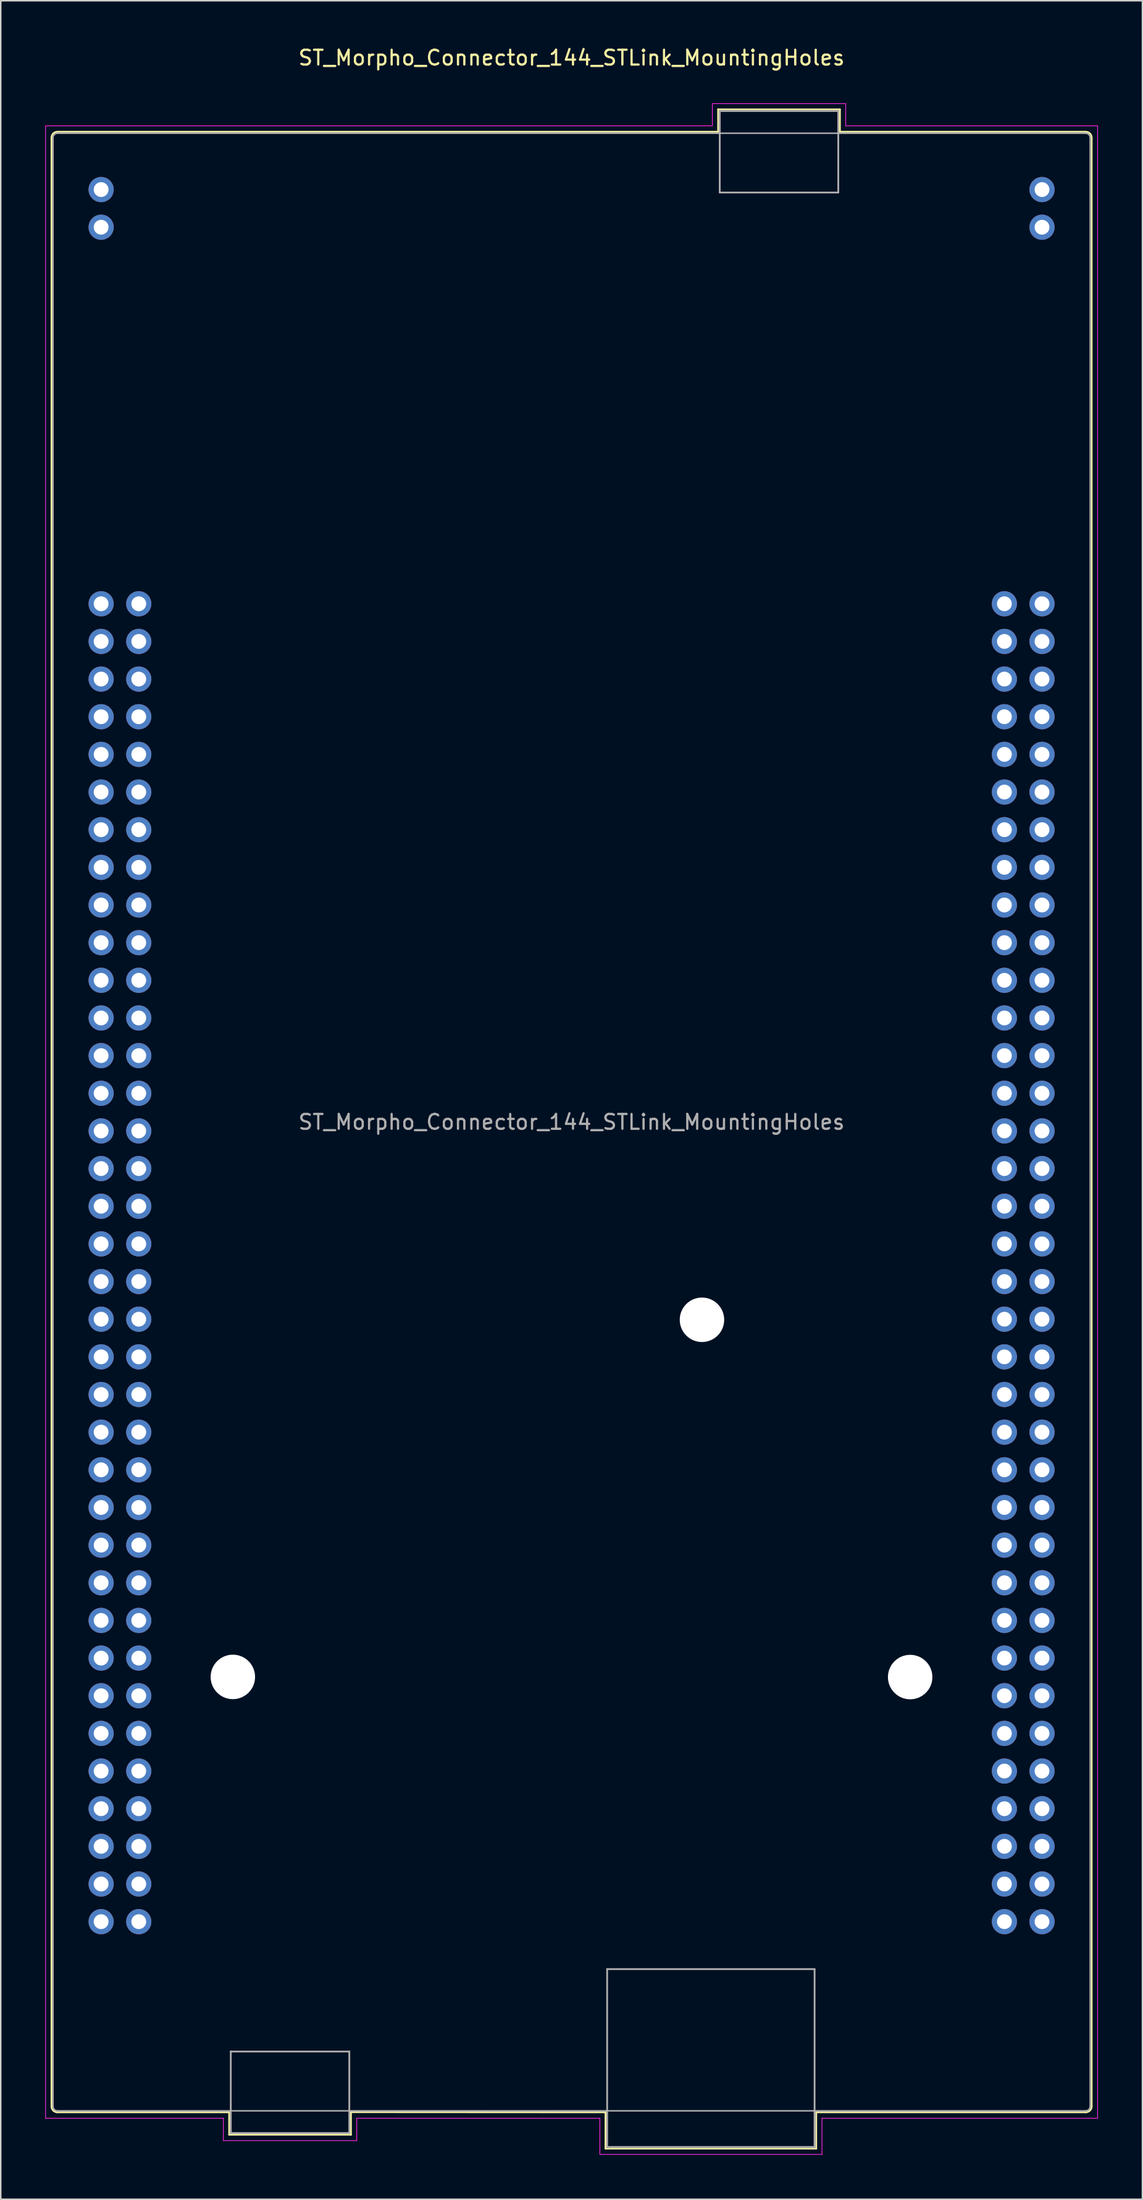
<source format=kicad_pcb>
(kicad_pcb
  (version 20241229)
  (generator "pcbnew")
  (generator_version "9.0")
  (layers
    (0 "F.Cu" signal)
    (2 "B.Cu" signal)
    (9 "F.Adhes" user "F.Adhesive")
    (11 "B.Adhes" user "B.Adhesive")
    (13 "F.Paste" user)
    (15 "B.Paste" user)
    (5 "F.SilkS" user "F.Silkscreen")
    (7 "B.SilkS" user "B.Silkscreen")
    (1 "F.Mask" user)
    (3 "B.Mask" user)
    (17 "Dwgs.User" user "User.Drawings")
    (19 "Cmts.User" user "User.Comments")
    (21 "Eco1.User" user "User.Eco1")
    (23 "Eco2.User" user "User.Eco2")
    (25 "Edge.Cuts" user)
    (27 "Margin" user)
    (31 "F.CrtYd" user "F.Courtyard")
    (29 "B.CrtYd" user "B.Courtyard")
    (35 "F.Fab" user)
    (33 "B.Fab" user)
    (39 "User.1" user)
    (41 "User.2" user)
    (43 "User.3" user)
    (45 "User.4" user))
  (footprint "ST_Morpho_Connector_144_STLink_MountingHoles"
    (layer "F.Cu")
    (at 3.775 37.678)
    (property "Reference" "ST_Morpho_Connector_144_STLink_MountingHoles" (at 31.75 -36.83 0) (layer "F.SilkS") (effects (font (size 1 1) (thickness 0.15))))
    (attr through_hole)
    (fp_line (start -3.35 -31.44) (end -3.35 101.36) (stroke (width 0.12) (type solid)) (layer "F.SilkS"))
    (fp_line (start 8.64 101.76) (end -2.95 101.76) (stroke (width 0.12) (type solid)) (layer "F.SilkS"))
    (fp_line (start 8.64 101.76) (end 8.64 103.27) (stroke (width 0.12) (type solid)) (layer "F.SilkS"))
    (fp_line (start 8.64 103.27) (end 16.86 103.27) (stroke (width 0.12) (type solid)) (layer "F.SilkS"))
    (fp_line (start 16.86 103.27) (end 16.86 101.75) (stroke (width 0.12) (type solid)) (layer "F.SilkS"))
    (fp_line (start 34.04 101.76) (end 16.86 101.75) (stroke (width 0.12) (type solid)) (layer "F.SilkS"))
    (fp_line (start 34.04 104.21) (end 34.04 101.76) (stroke (width 0.12) (type solid)) (layer "F.SilkS"))
    (fp_line (start 41.64 -33.35) (end 49.86 -33.35) (stroke (width 0.12) (type solid)) (layer "F.SilkS"))
    (fp_line (start 41.64 -31.84) (end -2.95 -31.84) (stroke (width 0.12) (type solid)) (layer "F.SilkS"))
    (fp_line (start 41.64 -31.84) (end 41.64 -33.35) (stroke (width 0.12) (type solid)) (layer "F.SilkS"))
    (fp_line (start 48.26 101.76) (end 48.26 104.21) (stroke (width 0.12) (type solid)) (layer "F.SilkS"))
    (fp_line (start 48.26 101.76) (end 66.45 101.76) (stroke (width 0.12) (type solid)) (layer "F.SilkS"))
    (fp_line (start 48.26 104.21) (end 34.04 104.21) (stroke (width 0.12) (type solid)) (layer "F.SilkS"))
    (fp_line (start 49.86 -33.35) (end 49.86 -31.84) (stroke (width 0.12) (type solid)) (layer "F.SilkS"))
    (fp_line (start 49.86 -31.84) (end 66.45 -31.84) (stroke (width 0.12) (type solid)) (layer "F.SilkS"))
    (fp_line (start 66.85 101.36) (end 66.85 -31.44) (stroke (width 0.12) (type solid)) (layer "F.SilkS"))
    (fp_arc (start -3.35 -31.44) (mid -3.232843 -31.722843) (end -2.95 -31.84) (stroke (width 0.12) (type solid)) (layer "F.SilkS"))
    (fp_arc (start -2.95 101.76) (mid -3.232843 101.642843) (end -3.35 101.36) (stroke (width 0.12) (type solid)) (layer "F.SilkS"))
    (fp_arc (start 66.45 -31.84) (mid 66.732843 -31.722843) (end 66.85 -31.44) (stroke (width 0.12) (type solid)) (layer "F.SilkS"))
    (fp_arc (start 66.85 101.36) (mid 66.732843 101.642843) (end 66.45 101.76) (stroke (width 0.12) (type solid)) (layer "F.SilkS"))
    (fp_line (start -3.75 -32.24) (end -3.75 102.16) (stroke (width 0.05) (type solid)) (layer "F.CrtYd"))
    (fp_line (start -3.75 102.16) (end 8.25 102.16) (stroke (width 0.05) (type solid)) (layer "F.CrtYd"))
    (fp_line (start 8.25 102.16) (end 8.25 103.67) (stroke (width 0.05) (type solid)) (layer "F.CrtYd"))
    (fp_line (start 8.25 103.67) (end 17.25 103.67) (stroke (width 0.05) (type solid)) (layer "F.CrtYd"))
    (fp_line (start 17.25 102.16) (end 17.25 103.67) (stroke (width 0.05) (type solid)) (layer "F.CrtYd"))
    (fp_line (start 17.25 102.16) (end 33.66 102.16) (stroke (width 0.05) (type solid)) (layer "F.CrtYd"))
    (fp_line (start 33.66 104.6) (end 33.66 102.16) (stroke (width 0.05) (type solid)) (layer "F.CrtYd"))
    (fp_line (start 33.66 104.6) (end 48.65 104.6) (stroke (width 0.05) (type solid)) (layer "F.CrtYd"))
    (fp_line (start 41.25 -33.74) (end 50.25 -33.74) (stroke (width 0.05) (type solid)) (layer "F.CrtYd"))
    (fp_line (start 41.25 -32.24) (end -3.75 -32.24) (stroke (width 0.05) (type solid)) (layer "F.CrtYd"))
    (fp_line (start 41.25 -32.24) (end 41.25 -33.74) (stroke (width 0.05) (type solid)) (layer "F.CrtYd"))
    (fp_line (start 48.65 102.16) (end 48.65 104.6) (stroke (width 0.05) (type solid)) (layer "F.CrtYd"))
    (fp_line (start 50.25 -32.24) (end 50.25 -33.74) (stroke (width 0.05) (type solid)) (layer "F.CrtYd"))
    (fp_line (start 50.25 -32.24) (end 67.25 -32.24) (stroke (width 0.05) (type solid)) (layer "F.CrtYd"))
    (fp_line (start 67.25 102.16) (end 48.65 102.16) (stroke (width 0.05) (type solid)) (layer "F.CrtYd"))
    (fp_line (start 67.25 102.16) (end 67.25 -32.24) (stroke (width 0.05) (type solid)) (layer "F.CrtYd"))
    (fp_line (start -3.25 101.36) (end -3.25 -31.44) (stroke (width 0.1) (type solid)) (layer "F.Fab"))
    (fp_line (start 8.75 97.66) (end 16.75 97.66) (stroke (width 0.12) (type solid)) (layer "F.Fab"))
    (fp_line (start 8.75 103.16) (end 8.75 97.65) (stroke (width 0.12) (type solid)) (layer "F.Fab"))
    (fp_line (start 8.75 103.16) (end 16.75 103.16) (stroke (width 0.12) (type solid)) (layer "F.Fab"))
    (fp_line (start 16.75 97.66) (end 16.75 103.16) (stroke (width 0.12) (type solid)) (layer "F.Fab"))
    (fp_line (start 34.15 92.1) (end 48.15 92.1) (stroke (width 0.12) (type solid)) (layer "F.Fab"))
    (fp_line (start 34.15 104.1) (end 34.15 92.1) (stroke (width 0.12) (type solid)) (layer "F.Fab"))
    (fp_line (start 34.15 104.1) (end 48.15 104.1) (stroke (width 0.12) (type solid)) (layer "F.Fab"))
    (fp_line (start 41.75 -33.24) (end 49.75 -33.24) (stroke (width 0.12) (type solid)) (layer "F.Fab"))
    (fp_line (start 41.75 -27.74) (end 41.75 -33.24) (stroke (width 0.12) (type solid)) (layer "F.Fab"))
    (fp_line (start 41.75 -27.74) (end 49.75 -27.74) (stroke (width 0.12) (type solid)) (layer "F.Fab"))
    (fp_line (start 48.15 104.1) (end 48.15 92.1) (stroke (width 0.12) (type solid)) (layer "F.Fab"))
    (fp_line (start 49.75 -33.24) (end 49.75 -27.74) (stroke (width 0.12) (type solid)) (layer "F.Fab"))
    (fp_line (start 66.45 -31.74) (end -2.95 -31.74) (stroke (width 0.1) (type solid)) (layer "F.Fab"))
    (fp_line (start 66.45 101.66) (end -2.95 101.66) (stroke (width 0.1) (type solid)) (layer "F.Fab"))
    (fp_line (start 66.75 101.36) (end 66.75 -31.44) (stroke (width 0.1) (type solid)) (layer "F.Fab"))
    (fp_arc (start -3.25 -31.44) (mid -3.162132 -31.652132) (end -2.95 -31.74) (stroke (width 0.1) (type solid)) (layer "F.Fab"))
    (fp_arc (start -2.95 101.66) (mid -3.162132 101.572132) (end -3.25 101.36) (stroke (width 0.1) (type solid)) (layer "F.Fab"))
    (fp_arc (start 66.45 -31.74) (mid 66.662132 -31.652132) (end 66.75 -31.44) (stroke (width 0.1) (type solid)) (layer "F.Fab"))
    (fp_arc (start 66.75 101.36) (mid 66.662132 101.572132) (end 66.45 101.66) (stroke (width 0.1) (type solid)) (layer "F.Fab"))
    (fp_text user "${REFERENCE}" (at 31.75 34.96 0) (layer "F.Fab") (effects (font (size 1 1) (thickness 0.15))))
    (pad "" np_thru_hole circle (at 8.89 72.39) (size 3 3) (drill 3) (layers "*.Cu" "*.Mask"))
    (pad "" np_thru_hole circle (at 40.55 48.3) (size 3 3) (drill 3) (layers "*.Cu" "*.Mask"))
    (pad "" np_thru_hole circle (at 54.6 72.4) (size 3 3) (drill 3) (layers "*.Cu" "*.Mask"))
    (pad "1" thru_hole circle (at 0 0) (size 1.7 1.7) (drill 1) (layers "*.Cu" "*.Mask"))
    (pad "2" thru_hole circle (at 2.54 0) (size 1.7 1.7) (drill 1) (layers "*.Cu" "*.Mask"))
    (pad "3" thru_hole circle (at 0 2.54) (size 1.7 1.7) (drill 1) (layers "*.Cu" "*.Mask"))
    (pad "4" thru_hole circle (at 2.54 2.54) (size 1.7 1.7) (drill 1) (layers "*.Cu" "*.Mask"))
    (pad "5" thru_hole circle (at 0 5.08) (size 1.7 1.7) (drill 1) (layers "*.Cu" "*.Mask"))
    (pad "6" thru_hole circle (at 2.54 5.08) (size 1.7 1.7) (drill 1) (layers "*.Cu" "*.Mask"))
    (pad "7" thru_hole circle (at 0 7.62) (size 1.7 1.7) (drill 1) (layers "*.Cu" "*.Mask"))
    (pad "8" thru_hole circle (at 2.54 7.62) (size 1.7 1.7) (drill 1) (layers "*.Cu" "*.Mask"))
    (pad "9" thru_hole circle (at 0 10.16) (size 1.7 1.7) (drill 1) (layers "*.Cu" "*.Mask"))
    (pad "10" thru_hole circle (at 2.54 10.16) (size 1.7 1.7) (drill 1) (layers "*.Cu" "*.Mask"))
    (pad "11" thru_hole circle (at 0 12.7) (size 1.7 1.7) (drill 1) (layers "*.Cu" "*.Mask"))
    (pad "12" thru_hole circle (at 2.54 12.7) (size 1.7 1.7) (drill 1) (layers "*.Cu" "*.Mask"))
    (pad "13" thru_hole circle (at 0 15.24) (size 1.7 1.7) (drill 1) (layers "*.Cu" "*.Mask"))
    (pad "14" thru_hole circle (at 2.54 15.24) (size 1.7 1.7) (drill 1) (layers "*.Cu" "*.Mask"))
    (pad "15" thru_hole circle (at 0 17.78) (size 1.7 1.7) (drill 1) (layers "*.Cu" "*.Mask"))
    (pad "16" thru_hole circle (at 2.54 17.78) (size 1.7 1.7) (drill 1) (layers "*.Cu" "*.Mask"))
    (pad "17" thru_hole circle (at 0 20.32) (size 1.7 1.7) (drill 1) (layers "*.Cu" "*.Mask"))
    (pad "18" thru_hole circle (at 2.54 20.32) (size 1.7 1.7) (drill 1) (layers "*.Cu" "*.Mask"))
    (pad "19" thru_hole circle (at 0 22.86) (size 1.7 1.7) (drill 1) (layers "*.Cu" "*.Mask"))
    (pad "20" thru_hole circle (at 2.54 22.86) (size 1.7 1.7) (drill 1) (layers "*.Cu" "*.Mask"))
    (pad "21" thru_hole circle (at 0 25.4) (size 1.7 1.7) (drill 1) (layers "*.Cu" "*.Mask"))
    (pad "22" thru_hole circle (at 2.54 25.4) (size 1.7 1.7) (drill 1) (layers "*.Cu" "*.Mask"))
    (pad "23" thru_hole circle (at 0 27.94) (size 1.7 1.7) (drill 1) (layers "*.Cu" "*.Mask"))
    (pad "24" thru_hole circle (at 2.54 27.94) (size 1.7 1.7) (drill 1) (layers "*.Cu" "*.Mask"))
    (pad "25" thru_hole circle (at 0 30.48) (size 1.7 1.7) (drill 1) (layers "*.Cu" "*.Mask"))
    (pad "26" thru_hole circle (at 2.54 30.48) (size 1.7 1.7) (drill 1) (layers "*.Cu" "*.Mask"))
    (pad "27" thru_hole circle (at 0 33.02) (size 1.7 1.7) (drill 1) (layers "*.Cu" "*.Mask"))
    (pad "28" thru_hole circle (at 2.54 33.02) (size 1.7 1.7) (drill 1) (layers "*.Cu" "*.Mask"))
    (pad "29" thru_hole circle (at 0 35.56) (size 1.7 1.7) (drill 1) (layers "*.Cu" "*.Mask"))
    (pad "30" thru_hole circle (at 2.54 35.56) (size 1.7 1.7) (drill 1) (layers "*.Cu" "*.Mask"))
    (pad "31" thru_hole circle (at 0 38.1) (size 1.7 1.7) (drill 1) (layers "*.Cu" "*.Mask"))
    (pad "32" thru_hole circle (at 2.54 38.1) (size 1.7 1.7) (drill 1) (layers "*.Cu" "*.Mask"))
    (pad "33" thru_hole circle (at 0 40.64) (size 1.7 1.7) (drill 1) (layers "*.Cu" "*.Mask"))
    (pad "34" thru_hole circle (at 2.54 40.64) (size 1.7 1.7) (drill 1) (layers "*.Cu" "*.Mask"))
    (pad "35" thru_hole circle (at 0 43.18) (size 1.7 1.7) (drill 1) (layers "*.Cu" "*.Mask"))
    (pad "36" thru_hole circle (at 2.54 43.18) (size 1.7 1.7) (drill 1) (layers "*.Cu" "*.Mask"))
    (pad "37" thru_hole circle (at 0 45.72) (size 1.7 1.7) (drill 1) (layers "*.Cu" "*.Mask"))
    (pad "38" thru_hole circle (at 2.54 45.72) (size 1.7 1.7) (drill 1) (layers "*.Cu" "*.Mask"))
    (pad "39" thru_hole circle (at 0 48.26) (size 1.7 1.7) (drill 1) (layers "*.Cu" "*.Mask"))
    (pad "40" thru_hole circle (at 2.54 48.26) (size 1.7 1.7) (drill 1) (layers "*.Cu" "*.Mask"))
    (pad "41" thru_hole circle (at 0 50.8) (size 1.7 1.7) (drill 1) (layers "*.Cu" "*.Mask"))
    (pad "42" thru_hole circle (at 2.54 50.8) (size 1.7 1.7) (drill 1) (layers "*.Cu" "*.Mask"))
    (pad "43" thru_hole circle (at 0 53.34) (size 1.7 1.7) (drill 1) (layers "*.Cu" "*.Mask"))
    (pad "44" thru_hole circle (at 2.54 53.34) (size 1.7 1.7) (drill 1) (layers "*.Cu" "*.Mask"))
    (pad "45" thru_hole circle (at 0 55.88) (size 1.7 1.7) (drill 1) (layers "*.Cu" "*.Mask"))
    (pad "46" thru_hole circle (at 2.54 55.88) (size 1.7 1.7) (drill 1) (layers "*.Cu" "*.Mask"))
    (pad "47" thru_hole circle (at 0 58.42) (size 1.7 1.7) (drill 1) (layers "*.Cu" "*.Mask"))
    (pad "48" thru_hole circle (at 2.54 58.42) (size 1.7 1.7) (drill 1) (layers "*.Cu" "*.Mask"))
    (pad "49" thru_hole circle (at 0 60.96) (size 1.7 1.7) (drill 1) (layers "*.Cu" "*.Mask"))
    (pad "50" thru_hole circle (at 2.54 60.96) (size 1.7 1.7) (drill 1) (layers "*.Cu" "*.Mask"))
    (pad "51" thru_hole circle (at 0 63.5) (size 1.7 1.7) (drill 1) (layers "*.Cu" "*.Mask"))
    (pad "52" thru_hole circle (at 2.54 63.5) (size 1.7 1.7) (drill 1) (layers "*.Cu" "*.Mask"))
    (pad "53" thru_hole circle (at 0 66.04) (size 1.7 1.7) (drill 1) (layers "*.Cu" "*.Mask"))
    (pad "54" thru_hole circle (at 2.54 66.04) (size 1.7 1.7) (drill 1) (layers "*.Cu" "*.Mask"))
    (pad "55" thru_hole circle (at 0 68.58) (size 1.7 1.7) (drill 1) (layers "*.Cu" "*.Mask"))
    (pad "56" thru_hole circle (at 2.54 68.58) (size 1.7 1.7) (drill 1) (layers "*.Cu" "*.Mask"))
    (pad "57" thru_hole circle (at 0 71.12) (size 1.7 1.7) (drill 1) (layers "*.Cu" "*.Mask"))
    (pad "58" thru_hole circle (at 2.54 71.12) (size 1.7 1.7) (drill 1) (layers "*.Cu" "*.Mask"))
    (pad "59" thru_hole circle (at 0 73.66) (size 1.7 1.7) (drill 1) (layers "*.Cu" "*.Mask"))
    (pad "60" thru_hole circle (at 2.54 73.66) (size 1.7 1.7) (drill 1) (layers "*.Cu" "*.Mask"))
    (pad "61" thru_hole circle (at 0 76.2) (size 1.7 1.7) (drill 1) (layers "*.Cu" "*.Mask"))
    (pad "62" thru_hole circle (at 2.54 76.2) (size 1.7 1.7) (drill 1) (layers "*.Cu" "*.Mask"))
    (pad "63" thru_hole circle (at 0 78.74) (size 1.7 1.7) (drill 1) (layers "*.Cu" "*.Mask"))
    (pad "64" thru_hole circle (at 2.54 78.74) (size 1.7 1.7) (drill 1) (layers "*.Cu" "*.Mask"))
    (pad "65" thru_hole circle (at 0 81.28) (size 1.7 1.7) (drill 1) (layers "*.Cu" "*.Mask"))
    (pad "66" thru_hole circle (at 2.54 81.28) (size 1.7 1.7) (drill 1) (layers "*.Cu" "*.Mask"))
    (pad "67" thru_hole circle (at 0 83.82) (size 1.7 1.7) (drill 1) (layers "*.Cu" "*.Mask"))
    (pad "68" thru_hole circle (at 2.54 83.82) (size 1.7 1.7) (drill 1) (layers "*.Cu" "*.Mask"))
    (pad "69" thru_hole circle (at 0 86.36) (size 1.7 1.7) (drill 1) (layers "*.Cu" "*.Mask"))
    (pad "70" thru_hole circle (at 2.54 86.36) (size 1.7 1.7) (drill 1) (layers "*.Cu" "*.Mask"))
    (pad "71" thru_hole circle (at 0 88.9) (size 1.7 1.7) (drill 1) (layers "*.Cu" "*.Mask"))
    (pad "72" thru_hole circle (at 2.54 88.9) (size 1.7 1.7) (drill 1) (layers "*.Cu" "*.Mask"))
    (pad "73" thru_hole circle (at 60.96 0) (size 1.7 1.7) (drill 1) (layers "*.Cu" "*.Mask"))
    (pad "74" thru_hole circle (at 63.5 0) (size 1.7 1.7) (drill 1) (layers "*.Cu" "*.Mask"))
    (pad "75" thru_hole circle (at 60.96 2.54) (size 1.7 1.7) (drill 1) (layers "*.Cu" "*.Mask"))
    (pad "76" thru_hole circle (at 63.5 2.54) (size 1.7 1.7) (drill 1) (layers "*.Cu" "*.Mask"))
    (pad "77" thru_hole circle (at 60.96 5.08) (size 1.7 1.7) (drill 1) (layers "*.Cu" "*.Mask"))
    (pad "78" thru_hole circle (at 63.5 5.08) (size 1.7 1.7) (drill 1) (layers "*.Cu" "*.Mask"))
    (pad "79" thru_hole circle (at 60.96 7.62) (size 1.7 1.7) (drill 1) (layers "*.Cu" "*.Mask"))
    (pad "80" thru_hole circle (at 63.5 7.62) (size 1.7 1.7) (drill 1) (layers "*.Cu" "*.Mask"))
    (pad "81" thru_hole circle (at 60.96 10.16) (size 1.7 1.7) (drill 1) (layers "*.Cu" "*.Mask"))
    (pad "82" thru_hole circle (at 63.5 10.16) (size 1.7 1.7) (drill 1) (layers "*.Cu" "*.Mask"))
    (pad "83" thru_hole circle (at 60.96 12.7) (size 1.7 1.7) (drill 1) (layers "*.Cu" "*.Mask"))
    (pad "84" thru_hole circle (at 63.5 12.7) (size 1.7 1.7) (drill 1) (layers "*.Cu" "*.Mask"))
    (pad "85" thru_hole circle (at 60.96 15.24) (size 1.7 1.7) (drill 1) (layers "*.Cu" "*.Mask"))
    (pad "86" thru_hole circle (at 63.5 15.24) (size 1.7 1.7) (drill 1) (layers "*.Cu" "*.Mask"))
    (pad "87" thru_hole circle (at 60.96 17.78) (size 1.7 1.7) (drill 1) (layers "*.Cu" "*.Mask"))
    (pad "88" thru_hole circle (at 63.5 17.78) (size 1.7 1.7) (drill 1) (layers "*.Cu" "*.Mask"))
    (pad "89" thru_hole circle (at 60.96 20.32) (size 1.7 1.7) (drill 1) (layers "*.Cu" "*.Mask"))
    (pad "90" thru_hole circle (at 63.5 20.32) (size 1.7 1.7) (drill 1) (layers "*.Cu" "*.Mask"))
    (pad "91" thru_hole circle (at 60.96 22.86) (size 1.7 1.7) (drill 1) (layers "*.Cu" "*.Mask"))
    (pad "92" thru_hole circle (at 63.5 22.86) (size 1.7 1.7) (drill 1) (layers "*.Cu" "*.Mask"))
    (pad "93" thru_hole circle (at 60.96 25.4) (size 1.7 1.7) (drill 1) (layers "*.Cu" "*.Mask"))
    (pad "94" thru_hole circle (at 63.5 25.4) (size 1.7 1.7) (drill 1) (layers "*.Cu" "*.Mask"))
    (pad "95" thru_hole circle (at 60.96 27.94) (size 1.7 1.7) (drill 1) (layers "*.Cu" "*.Mask"))
    (pad "96" thru_hole circle (at 63.5 27.94) (size 1.7 1.7) (drill 1) (layers "*.Cu" "*.Mask"))
    (pad "97" thru_hole circle (at 60.96 30.48) (size 1.7 1.7) (drill 1) (layers "*.Cu" "*.Mask"))
    (pad "98" thru_hole circle (at 63.5 30.48) (size 1.7 1.7) (drill 1) (layers "*.Cu" "*.Mask"))
    (pad "99" thru_hole circle (at 60.96 33.02) (size 1.7 1.7) (drill 1) (layers "*.Cu" "*.Mask"))
    (pad "100" thru_hole circle (at 63.5 33.02) (size 1.7 1.7) (drill 1) (layers "*.Cu" "*.Mask"))
    (pad "101" thru_hole circle (at 60.96 35.56) (size 1.7 1.7) (drill 1) (layers "*.Cu" "*.Mask"))
    (pad "102" thru_hole circle (at 63.5 35.56) (size 1.7 1.7) (drill 1) (layers "*.Cu" "*.Mask"))
    (pad "103" thru_hole circle (at 60.96 38.1) (size 1.7 1.7) (drill 1) (layers "*.Cu" "*.Mask"))
    (pad "104" thru_hole circle (at 63.5 38.1) (size 1.7 1.7) (drill 1) (layers "*.Cu" "*.Mask"))
    (pad "105" thru_hole circle (at 60.96 40.64) (size 1.7 1.7) (drill 1) (layers "*.Cu" "*.Mask"))
    (pad "106" thru_hole circle (at 63.5 40.64) (size 1.7 1.7) (drill 1) (layers "*.Cu" "*.Mask"))
    (pad "107" thru_hole circle (at 60.96 43.18) (size 1.7 1.7) (drill 1) (layers "*.Cu" "*.Mask"))
    (pad "108" thru_hole circle (at 63.5 43.18) (size 1.7 1.7) (drill 1) (layers "*.Cu" "*.Mask"))
    (pad "109" thru_hole circle (at 60.96 45.72) (size 1.7 1.7) (drill 1) (layers "*.Cu" "*.Mask"))
    (pad "110" thru_hole circle (at 63.5 45.72) (size 1.7 1.7) (drill 1) (layers "*.Cu" "*.Mask"))
    (pad "111" thru_hole circle (at 60.96 48.26) (size 1.7 1.7) (drill 1) (layers "*.Cu" "*.Mask"))
    (pad "112" thru_hole circle (at 63.5 48.26) (size 1.7 1.7) (drill 1) (layers "*.Cu" "*.Mask"))
    (pad "113" thru_hole circle (at 60.96 50.8) (size 1.7 1.7) (drill 1) (layers "*.Cu" "*.Mask"))
    (pad "114" thru_hole circle (at 63.5 50.8) (size 1.7 1.7) (drill 1) (layers "*.Cu" "*.Mask"))
    (pad "115" thru_hole circle (at 60.96 53.34) (size 1.7 1.7) (drill 1) (layers "*.Cu" "*.Mask"))
    (pad "116" thru_hole circle (at 63.5 53.34) (size 1.7 1.7) (drill 1) (layers "*.Cu" "*.Mask"))
    (pad "117" thru_hole circle (at 60.96 55.88) (size 1.7 1.7) (drill 1) (layers "*.Cu" "*.Mask"))
    (pad "118" thru_hole circle (at 63.5 55.88) (size 1.7 1.7) (drill 1) (layers "*.Cu" "*.Mask"))
    (pad "119" thru_hole circle (at 60.96 58.42) (size 1.7 1.7) (drill 1) (layers "*.Cu" "*.Mask"))
    (pad "120" thru_hole circle (at 63.5 58.42) (size 1.7 1.7) (drill 1) (layers "*.Cu" "*.Mask"))
    (pad "121" thru_hole circle (at 60.96 60.96) (size 1.7 1.7) (drill 1) (layers "*.Cu" "*.Mask"))
    (pad "122" thru_hole circle (at 63.5 60.96) (size 1.7 1.7) (drill 1) (layers "*.Cu" "*.Mask"))
    (pad "123" thru_hole circle (at 60.96 63.5) (size 1.7 1.7) (drill 1) (layers "*.Cu" "*.Mask"))
    (pad "124" thru_hole circle (at 63.5 63.5) (size 1.7 1.7) (drill 1) (layers "*.Cu" "*.Mask"))
    (pad "125" thru_hole circle (at 60.96 66.04) (size 1.7 1.7) (drill 1) (layers "*.Cu" "*.Mask"))
    (pad "126" thru_hole circle (at 63.5 66.04) (size 1.7 1.7) (drill 1) (layers "*.Cu" "*.Mask"))
    (pad "127" thru_hole circle (at 60.96 68.58) (size 1.7 1.7) (drill 1) (layers "*.Cu" "*.Mask"))
    (pad "128" thru_hole circle (at 63.5 68.58) (size 1.7 1.7) (drill 1) (layers "*.Cu" "*.Mask"))
    (pad "129" thru_hole circle (at 60.96 71.12) (size 1.7 1.7) (drill 1) (layers "*.Cu" "*.Mask"))
    (pad "130" thru_hole circle (at 63.5 71.12) (size 1.7 1.7) (drill 1) (layers "*.Cu" "*.Mask"))
    (pad "131" thru_hole circle (at 60.96 73.66) (size 1.7 1.7) (drill 1) (layers "*.Cu" "*.Mask"))
    (pad "132" thru_hole circle (at 63.5 73.66) (size 1.7 1.7) (drill 1) (layers "*.Cu" "*.Mask"))
    (pad "133" thru_hole circle (at 60.96 76.2) (size 1.7 1.7) (drill 1) (layers "*.Cu" "*.Mask"))
    (pad "134" thru_hole circle (at 63.5 76.2) (size 1.7 1.7) (drill 1) (layers "*.Cu" "*.Mask"))
    (pad "135" thru_hole circle (at 60.96 78.74) (size 1.7 1.7) (drill 1) (layers "*.Cu" "*.Mask"))
    (pad "136" thru_hole circle (at 63.5 78.74) (size 1.7 1.7) (drill 1) (layers "*.Cu" "*.Mask"))
    (pad "137" thru_hole circle (at 60.96 81.28) (size 1.7 1.7) (drill 1) (layers "*.Cu" "*.Mask"))
    (pad "138" thru_hole circle (at 63.5 81.28) (size 1.7 1.7) (drill 1) (layers "*.Cu" "*.Mask"))
    (pad "139" thru_hole circle (at 60.96 83.82) (size 1.7 1.7) (drill 1) (layers "*.Cu" "*.Mask"))
    (pad "140" thru_hole circle (at 63.5 83.82) (size 1.7 1.7) (drill 1) (layers "*.Cu" "*.Mask"))
    (pad "141" thru_hole circle (at 60.96 86.36) (size 1.7 1.7) (drill 1) (layers "*.Cu" "*.Mask"))
    (pad "142" thru_hole circle (at 63.5 86.36) (size 1.7 1.7) (drill 1) (layers "*.Cu" "*.Mask"))
    (pad "143" thru_hole circle (at 60.96 88.9) (size 1.7 1.7) (drill 1) (layers "*.Cu" "*.Mask"))
    (pad "144" thru_hole circle (at 63.5 88.9) (size 1.7 1.7) (drill 1) (layers "*.Cu" "*.Mask"))
    (pad "145" thru_hole circle (at 0 -27.94) (size 1.7 1.7) (drill 1) (layers "*.Cu" "*.Mask"))
    (pad "146" thru_hole circle (at 0 -25.4) (size 1.7 1.7) (drill 1) (layers "*.Cu" "*.Mask"))
    (pad "147" thru_hole circle (at 63.5 -27.94) (size 1.7 1.7) (drill 1) (layers "*.Cu" "*.Mask"))
    (pad "148" thru_hole circle (at 63.5 -25.4) (size 1.7 1.7) (drill 1) (layers "*.Cu" "*.Mask")))
  (gr_rect
    (start -3 -3)
    (end 74.05 145.303)
    (stroke (width 0.1) (type default))
    (fill no)
    (layer "Edge.Cuts")))
</source>
